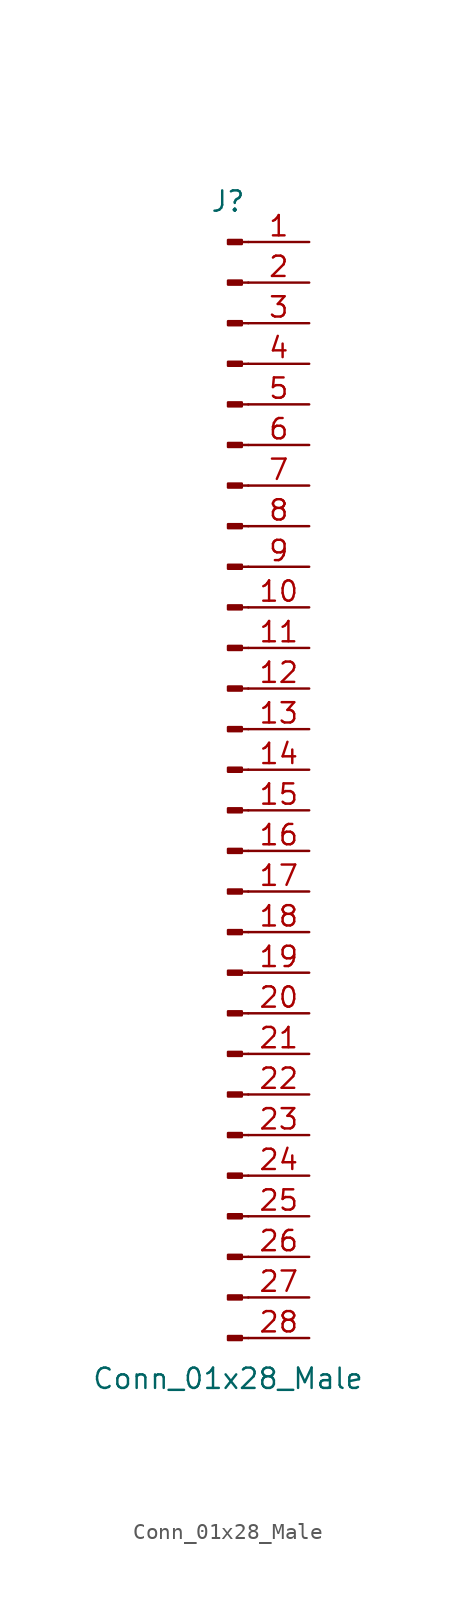
<source format=kicad_sym>
(kicad_symbol_lib
  (version 20201005)
  (generator kicad_symbol_editor)
  (symbol "Conn_01x28_Male"
    (pin_names
      (offset 1.016) hide)
    (property "Reference" "J"
      (at 0 35.56 0)
      (effects (font (size 1.27 1.27))))
    (property "Value" "Conn_01x28_Male"
      (at 0 -38.1 0)
      (effects (font (size 1.27 1.27))))
    (symbol "Conn_01x28_Male_1_1"
      (rectangle (start 0.864 -35.433) (end 0 -35.687) (stroke (width 0.152)) (fill (type outline)))
      (rectangle (start 0.864 -32.893) (end 0 -33.147) (stroke (width 0.152)) (fill (type outline)))
      (rectangle (start 0.864 -30.353) (end 0 -30.607) (stroke (width 0.152)) (fill (type outline)))
      (rectangle (start 0.864 -27.813) (end 0 -28.067) (stroke (width 0.152)) (fill (type outline)))
      (rectangle (start 0.864 -25.273) (end 0 -25.527) (stroke (width 0.152)) (fill (type outline)))
      (rectangle (start 0.864 -22.733) (end 0 -22.987) (stroke (width 0.152)) (fill (type outline)))
      (rectangle (start 0.864 -20.193) (end 0 -20.447) (stroke (width 0.152)) (fill (type outline)))
      (rectangle (start 0.864 -17.653) (end 0 -17.907) (stroke (width 0.152)) (fill (type outline)))
      (rectangle (start 0.864 -15.113) (end 0 -15.367) (stroke (width 0.152)) (fill (type outline)))
      (rectangle (start 0.864 -12.573) (end 0 -12.827) (stroke (width 0.152)) (fill (type outline)))
      (rectangle (start 0.864 -10.033) (end 0 -10.287) (stroke (width 0.152)) (fill (type outline)))
      (rectangle (start 0.864 -7.493) (end 0 -7.747) (stroke (width 0.152)) (fill (type outline)))
      (rectangle (start 0.864 -4.953) (end 0 -5.207) (stroke (width 0.152)) (fill (type outline)))
      (rectangle (start 0.864 -2.413) (end 0 -2.667) (stroke (width 0.152)) (fill (type outline)))
      (rectangle (start 0.864 0.127) (end 0 -0.127) (stroke (width 0.152)) (fill (type outline)))
      (rectangle (start 0.864 2.667) (end 0 2.413) (stroke (width 0.152)) (fill (type outline)))
      (rectangle (start 0.864 5.207) (end 0 4.953) (stroke (width 0.152)) (fill (type outline)))
      (rectangle (start 0.864 7.747) (end 0 7.493) (stroke (width 0.152)) (fill (type outline)))
      (rectangle (start 0.864 10.287) (end 0 10.033) (stroke (width 0.152)) (fill (type outline)))
      (rectangle (start 0.864 12.827) (end 0 12.573) (stroke (width 0.152)) (fill (type outline)))
      (rectangle (start 0.864 15.367) (end 0 15.113) (stroke (width 0.152)) (fill (type outline)))
      (rectangle (start 0.864 17.907) (end 0 17.653) (stroke (width 0.152)) (fill (type outline)))
      (rectangle (start 0.864 20.447) (end 0 20.193) (stroke (width 0.152)) (fill (type outline)))
      (rectangle (start 0.864 22.987) (end 0 22.733) (stroke (width 0.152)) (fill (type outline)))
      (rectangle (start 0.864 25.527) (end 0 25.273) (stroke (width 0.152)) (fill (type outline)))
      (rectangle (start 0.864 28.067) (end 0 27.813) (stroke (width 0.152)) (fill (type outline)))
      (rectangle (start 0.864 30.607) (end 0 30.353) (stroke (width 0.152)) (fill (type outline)))
      (rectangle (start 0.864 33.147) (end 0 32.893) (stroke (width 0.152)) (fill (type outline)))
      (polyline (pts (xy 1.27 -35.56) (xy 0.864 -35.56)) (stroke (width 0.152)) (fill (type none)))
      (polyline (pts (xy 1.27 -33.02) (xy 0.864 -33.02)) (stroke (width 0.152)) (fill (type none)))
      (polyline (pts (xy 1.27 -30.48) (xy 0.864 -30.48)) (stroke (width 0.152)) (fill (type none)))
      (polyline (pts (xy 1.27 -27.94) (xy 0.864 -27.94)) (stroke (width 0.152)) (fill (type none)))
      (polyline (pts (xy 1.27 -25.4) (xy 0.864 -25.4)) (stroke (width 0.152)) (fill (type none)))
      (polyline (pts (xy 1.27 -22.86) (xy 0.864 -22.86)) (stroke (width 0.152)) (fill (type none)))
      (polyline (pts (xy 1.27 -20.32) (xy 0.864 -20.32)) (stroke (width 0.152)) (fill (type none)))
      (polyline (pts (xy 1.27 -17.78) (xy 0.864 -17.78)) (stroke (width 0.152)) (fill (type none)))
      (polyline (pts (xy 1.27 -15.24) (xy 0.864 -15.24)) (stroke (width 0.152)) (fill (type none)))
      (polyline (pts (xy 1.27 -12.7) (xy 0.864 -12.7)) (stroke (width 0.152)) (fill (type none)))
      (polyline (pts (xy 1.27 -10.16) (xy 0.864 -10.16)) (stroke (width 0.152)) (fill (type none)))
      (polyline (pts (xy 1.27 -7.62) (xy 0.864 -7.62)) (stroke (width 0.152)) (fill (type none)))
      (polyline (pts (xy 1.27 -5.08) (xy 0.864 -5.08)) (stroke (width 0.152)) (fill (type none)))
      (polyline (pts (xy 1.27 -2.54) (xy 0.864 -2.54)) (stroke (width 0.152)) (fill (type none)))
      (polyline (pts (xy 1.27 0) (xy 0.864 0)) (stroke (width 0.152)) (fill (type none)))
      (polyline (pts (xy 1.27 2.54) (xy 0.864 2.54)) (stroke (width 0.152)) (fill (type none)))
      (polyline (pts (xy 1.27 5.08) (xy 0.864 5.08)) (stroke (width 0.152)) (fill (type none)))
      (polyline (pts (xy 1.27 7.62) (xy 0.864 7.62)) (stroke (width 0.152)) (fill (type none)))
      (polyline (pts (xy 1.27 10.16) (xy 0.864 10.16)) (stroke (width 0.152)) (fill (type none)))
      (polyline (pts (xy 1.27 12.7) (xy 0.864 12.7)) (stroke (width 0.152)) (fill (type none)))
      (polyline (pts (xy 1.27 15.24) (xy 0.864 15.24)) (stroke (width 0.152)) (fill (type none)))
      (polyline (pts (xy 1.27 17.78) (xy 0.864 17.78)) (stroke (width 0.152)) (fill (type none)))
      (polyline (pts (xy 1.27 20.32) (xy 0.864 20.32)) (stroke (width 0.152)) (fill (type none)))
      (polyline (pts (xy 1.27 22.86) (xy 0.864 22.86)) (stroke (width 0.152)) (fill (type none)))
      (polyline (pts (xy 1.27 25.4) (xy 0.864 25.4)) (stroke (width 0.152)) (fill (type none)))
      (polyline (pts (xy 1.27 27.94) (xy 0.864 27.94)) (stroke (width 0.152)) (fill (type none)))
      (polyline (pts (xy 1.27 30.48) (xy 0.864 30.48)) (stroke (width 0.152)) (fill (type none)))
      (polyline (pts (xy 1.27 33.02) (xy 0.864 33.02)) (stroke (width 0.152)) (fill (type none)))
      (pin passive line (at 5.08 33.02 180) (length 3.81) (name "Pin_1" (effects (font (size 1.27 1.27)))) (number "1" (effects (font (size 1.27 1.27)))))
      (pin passive line (at 5.08 10.16 180) (length 3.81) (name "Pin_10" (effects (font (size 1.27 1.27)))) (number "10" (effects (font (size 1.27 1.27)))))
      (pin passive line (at 5.08 7.62 180) (length 3.81) (name "Pin_11" (effects (font (size 1.27 1.27)))) (number "11" (effects (font (size 1.27 1.27)))))
      (pin passive line (at 5.08 5.08 180) (length 3.81) (name "Pin_12" (effects (font (size 1.27 1.27)))) (number "12" (effects (font (size 1.27 1.27)))))
      (pin passive line (at 5.08 2.54 180) (length 3.81) (name "Pin_13" (effects (font (size 1.27 1.27)))) (number "13" (effects (font (size 1.27 1.27)))))
      (pin passive line (at 5.08 0 180) (length 3.81) (name "Pin_14" (effects (font (size 1.27 1.27)))) (number "14" (effects (font (size 1.27 1.27)))))
      (pin passive line (at 5.08 -2.54 180) (length 3.81) (name "Pin_15" (effects (font (size 1.27 1.27)))) (number "15" (effects (font (size 1.27 1.27)))))
      (pin passive line (at 5.08 -5.08 180) (length 3.81) (name "Pin_16" (effects (font (size 1.27 1.27)))) (number "16" (effects (font (size 1.27 1.27)))))
      (pin passive line (at 5.08 -7.62 180) (length 3.81) (name "Pin_17" (effects (font (size 1.27 1.27)))) (number "17" (effects (font (size 1.27 1.27)))))
      (pin passive line (at 5.08 -10.16 180) (length 3.81) (name "Pin_18" (effects (font (size 1.27 1.27)))) (number "18" (effects (font (size 1.27 1.27)))))
      (pin passive line (at 5.08 -12.7 180) (length 3.81) (name "Pin_19" (effects (font (size 1.27 1.27)))) (number "19" (effects (font (size 1.27 1.27)))))
      (pin passive line (at 5.08 30.48 180) (length 3.81) (name "Pin_2" (effects (font (size 1.27 1.27)))) (number "2" (effects (font (size 1.27 1.27)))))
      (pin passive line (at 5.08 -15.24 180) (length 3.81) (name "Pin_20" (effects (font (size 1.27 1.27)))) (number "20" (effects (font (size 1.27 1.27)))))
      (pin passive line (at 5.08 -17.78 180) (length 3.81) (name "Pin_21" (effects (font (size 1.27 1.27)))) (number "21" (effects (font (size 1.27 1.27)))))
      (pin passive line (at 5.08 -20.32 180) (length 3.81) (name "Pin_22" (effects (font (size 1.27 1.27)))) (number "22" (effects (font (size 1.27 1.27)))))
      (pin passive line (at 5.08 -22.86 180) (length 3.81) (name "Pin_23" (effects (font (size 1.27 1.27)))) (number "23" (effects (font (size 1.27 1.27)))))
      (pin passive line (at 5.08 -25.4 180) (length 3.81) (name "Pin_24" (effects (font (size 1.27 1.27)))) (number "24" (effects (font (size 1.27 1.27)))))
      (pin passive line (at 5.08 -27.94 180) (length 3.81) (name "Pin_25" (effects (font (size 1.27 1.27)))) (number "25" (effects (font (size 1.27 1.27)))))
      (pin passive line (at 5.08 -30.48 180) (length 3.81) (name "Pin_26" (effects (font (size 1.27 1.27)))) (number "26" (effects (font (size 1.27 1.27)))))
      (pin passive line (at 5.08 -33.02 180) (length 3.81) (name "Pin_27" (effects (font (size 1.27 1.27)))) (number "27" (effects (font (size 1.27 1.27)))))
      (pin passive line (at 5.08 -35.56 180) (length 3.81) (name "Pin_28" (effects (font (size 1.27 1.27)))) (number "28" (effects (font (size 1.27 1.27)))))
      (pin passive line (at 5.08 27.94 180) (length 3.81) (name "Pin_3" (effects (font (size 1.27 1.27)))) (number "3" (effects (font (size 1.27 1.27)))))
      (pin passive line (at 5.08 25.4 180) (length 3.81) (name "Pin_4" (effects (font (size 1.27 1.27)))) (number "4" (effects (font (size 1.27 1.27)))))
      (pin passive line (at 5.08 22.86 180) (length 3.81) (name "Pin_5" (effects (font (size 1.27 1.27)))) (number "5" (effects (font (size 1.27 1.27)))))
      (pin passive line (at 5.08 20.32 180) (length 3.81) (name "Pin_6" (effects (font (size 1.27 1.27)))) (number "6" (effects (font (size 1.27 1.27)))))
      (pin passive line (at 5.08 17.78 180) (length 3.81) (name "Pin_7" (effects (font (size 1.27 1.27)))) (number "7" (effects (font (size 1.27 1.27)))))
      (pin passive line (at 5.08 15.24 180) (length 3.81) (name "Pin_8" (effects (font (size 1.27 1.27)))) (number "8" (effects (font (size 1.27 1.27)))))
      (pin passive line (at 5.08 12.7 180) (length 3.81) (name "Pin_9" (effects (font (size 1.27 1.27)))) (number "9" (effects (font (size 1.27 1.27))))))))
</source>
